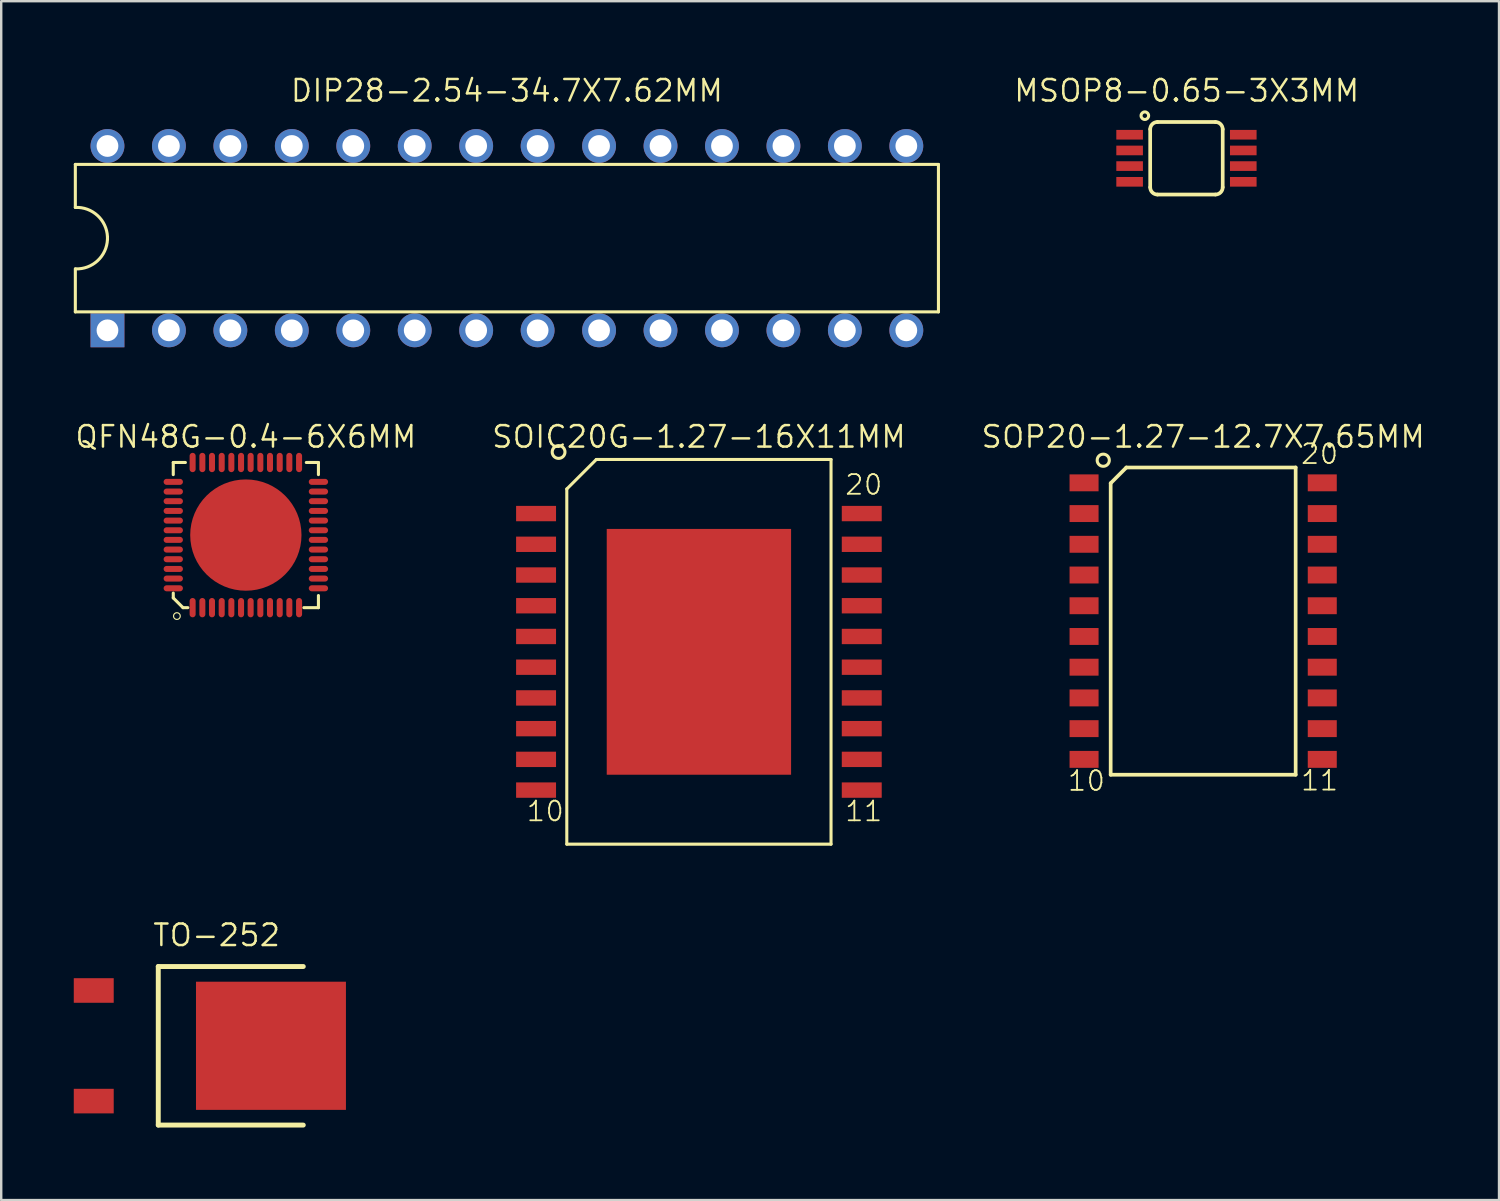
<source format=kicad_pcb>
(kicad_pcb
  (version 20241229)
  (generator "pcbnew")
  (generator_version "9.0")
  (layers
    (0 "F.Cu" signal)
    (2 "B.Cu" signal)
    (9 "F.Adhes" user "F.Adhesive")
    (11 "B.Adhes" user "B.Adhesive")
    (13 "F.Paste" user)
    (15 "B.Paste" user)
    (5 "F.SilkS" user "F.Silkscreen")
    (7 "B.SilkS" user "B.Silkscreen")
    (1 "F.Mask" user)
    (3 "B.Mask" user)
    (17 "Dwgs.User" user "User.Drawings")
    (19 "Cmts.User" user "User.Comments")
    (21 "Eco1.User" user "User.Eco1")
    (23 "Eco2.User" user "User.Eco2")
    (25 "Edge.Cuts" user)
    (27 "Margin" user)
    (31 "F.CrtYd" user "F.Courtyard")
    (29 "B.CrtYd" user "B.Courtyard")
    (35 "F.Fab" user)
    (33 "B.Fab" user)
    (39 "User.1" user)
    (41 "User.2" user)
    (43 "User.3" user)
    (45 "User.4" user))
  (footprint "SOIC20G-1.27-16X11MM"
    (layer "F.Cu")
    (at 25.839 23.893)
    (property "Reference" "SOIC20G-1.27-16X11MM" (at 0 -8.89 0) (layer "F.SilkS") (effects (font (size 0.889 0.889) (thickness 0.102))))
    (attr smd)
    (fp_line (start -5.461 -6.731) (end -5.461 7.95) (stroke (width 0.127) (type solid)) (layer "F.SilkS"))
    (fp_line (start -5.461 -6.731) (end -4.242 -7.95) (stroke (width 0.127) (type solid)) (layer "F.SilkS"))
    (fp_line (start -5.461 7.95) (end 5.461 7.95) (stroke (width 0.066) (type solid)) (layer "F.SilkS"))
    (fp_line (start -5.461 7.95) (end 5.461 7.95) (stroke (width 0.127) (type solid)) (layer "F.SilkS"))
    (fp_line (start 5.461 -7.95) (end -4.242 -7.95) (stroke (width 0.127) (type solid)) (layer "F.SilkS"))
    (fp_line (start 5.461 -7.95) (end 5.461 7.95) (stroke (width 0.127) (type solid)) (layer "F.SilkS"))
    (fp_line (start 5.461 7.95) (end 5.461 -7.95) (stroke (width 0.066) (type solid)) (layer "F.SilkS"))
    (fp_circle (center -5.8 -8.26) (end -5.64 -8.05) (stroke (width 0.127) (type solid)) (fill no) (layer "F.SilkS"))
    (fp_text user "11" (at 6.812 6.591 0) (layer "F.SilkS") (effects (font (size 0.813 0.813) (thickness 0.076))))
    (fp_text user "20" (at 6.812 -6.906 0) (layer "F.SilkS") (effects (font (size 0.813 0.813) (thickness 0.076))))
    (fp_text user "10" (at -6.35 6.591 0) (layer "F.SilkS") (effects (font (size 0.813 0.813) (thickness 0.076))))
    (pad "1" smd rect (at -6.731 -5.715) (size 1.651 0.635) (layers "F.Cu" "F.Mask" "F.Paste"))
    (pad "2" smd rect (at -6.731 -4.445) (size 1.651 0.635) (layers "F.Cu" "F.Mask" "F.Paste"))
    (pad "3" smd rect (at -6.731 -3.175) (size 1.651 0.635) (layers "F.Cu" "F.Mask" "F.Paste"))
    (pad "4" smd rect (at -6.731 -1.905) (size 1.651 0.635) (layers "F.Cu" "F.Mask" "F.Paste"))
    (pad "5" smd rect (at -6.731 -0.635) (size 1.651 0.635) (layers "F.Cu" "F.Mask" "F.Paste"))
    (pad "6" smd rect (at -6.731 0.635) (size 1.651 0.635) (layers "F.Cu" "F.Mask" "F.Paste"))
    (pad "7" smd rect (at -6.731 1.905) (size 1.651 0.635) (layers "F.Cu" "F.Mask" "F.Paste"))
    (pad "8" smd rect (at -6.731 3.175) (size 1.651 0.635) (layers "F.Cu" "F.Mask" "F.Paste"))
    (pad "9" smd rect (at -6.731 4.445) (size 1.651 0.635) (layers "F.Cu" "F.Mask" "F.Paste"))
    (pad "10" smd rect (at -6.731 5.715) (size 1.651 0.635) (layers "F.Cu" "F.Mask" "F.Paste"))
    (pad "11" smd rect (at 6.731 5.715) (size 1.651 0.635) (layers "F.Cu" "F.Mask" "F.Paste"))
    (pad "12" smd rect (at 6.731 4.445) (size 1.651 0.635) (layers "F.Cu" "F.Mask" "F.Paste"))
    (pad "13" smd rect (at 6.731 3.175) (size 1.651 0.635) (layers "F.Cu" "F.Mask" "F.Paste"))
    (pad "14" smd rect (at 6.731 1.905) (size 1.651 0.635) (layers "F.Cu" "F.Mask" "F.Paste"))
    (pad "15" smd rect (at 6.731 0.635) (size 1.651 0.635) (layers "F.Cu" "F.Mask" "F.Paste"))
    (pad "16" smd rect (at 6.731 -0.635) (size 1.651 0.635) (layers "F.Cu" "F.Mask" "F.Paste"))
    (pad "17" smd rect (at 6.731 -1.905) (size 1.651 0.635) (layers "F.Cu" "F.Mask" "F.Paste"))
    (pad "18" smd rect (at 6.731 -3.175) (size 1.651 0.635) (layers "F.Cu" "F.Mask" "F.Paste"))
    (pad "19" smd rect (at 6.731 -4.445) (size 1.651 0.635) (layers "F.Cu" "F.Mask" "F.Paste"))
    (pad "20" smd rect (at 6.731 -5.715) (size 1.651 0.635) (layers "F.Cu" "F.Mask" "F.Paste"))
    (pad "THER" smd rect (at 0 0 90) (size 10.16 7.62) (layers "F.Cu" "F.Mask" "F.Paste")))
  (footprint "DIP28-2.54-34.7X7.62MM"
    (layer "F.Cu")
    (at 17.902 6.794)
    (property "Reference" "DIP28-2.54-34.7X7.62MM" (at 0 -6.096 0) (layer "F.SilkS") (effects (font (size 0.889 0.889) (thickness 0.102))))
    (attr exclude_from_pos_files exclude_from_bom)
    (fp_line (start -17.838 -3.048) (end 17.838 -3.048) (stroke (width 0.127) (type solid)) (layer "F.SilkS"))
    (fp_line (start -17.838 -1.27) (end -17.838 -3.048) (stroke (width 0.127) (type solid)) (layer "F.SilkS"))
    (fp_line (start -17.838 3.048) (end -17.838 1.27) (stroke (width 0.127) (type solid)) (layer "F.SilkS"))
    (fp_line (start -16.51 -0.048) (end -16.51 0.048) (stroke (width 0.127) (type solid)) (layer "F.SilkS"))
    (fp_line (start 17.838 -3.048) (end 17.838 3.048) (stroke (width 0.127) (type solid)) (layer "F.SilkS"))
    (fp_line (start 17.838 3.048) (end -17.838 3.048) (stroke (width 0.127) (type solid)) (layer "F.SilkS"))
    (fp_arc (start -17.83842 -1.27) (mid -16.922231 -0.936795) (end -16.51 -0.05334) (stroke (width 0.127) (type solid)) (layer "F.SilkS"))
    (fp_arc (start -16.51 0.04826) (mid -16.918639 0.933203) (end -17.83334 1.27) (stroke (width 0.127) (type solid)) (layer "F.SilkS"))
    (pad "1" thru_hole rect (at -16.51 3.81) (size 1.4 1.4) (drill 0.899) (layers "*.Cu" "*.Mask"))
    (pad "2" thru_hole circle (at -13.97 3.81) (size 1.4 1.4) (drill 0.899) (layers "*.Cu" "*.Mask"))
    (pad "3" thru_hole circle (at -11.43 3.81) (size 1.4 1.4) (drill 0.899) (layers "*.Cu" "*.Mask"))
    (pad "4" thru_hole circle (at -8.89 3.81) (size 1.4 1.4) (drill 0.899) (layers "*.Cu" "*.Mask"))
    (pad "5" thru_hole circle (at -6.35 3.81) (size 1.4 1.4) (drill 0.899) (layers "*.Cu" "*.Mask"))
    (pad "6" thru_hole circle (at -3.81 3.81) (size 1.4 1.4) (drill 0.899) (layers "*.Cu" "*.Mask"))
    (pad "7" thru_hole circle (at -1.27 3.81) (size 1.4 1.4) (drill 0.899) (layers "*.Cu" "*.Mask"))
    (pad "8" thru_hole circle (at 1.27 3.81) (size 1.4 1.4) (drill 0.899) (layers "*.Cu" "*.Mask"))
    (pad "9" thru_hole circle (at 3.81 3.81) (size 1.4 1.4) (drill 0.899) (layers "*.Cu" "*.Mask"))
    (pad "10" thru_hole circle (at 6.35 3.81) (size 1.4 1.4) (drill 0.899) (layers "*.Cu" "*.Mask"))
    (pad "11" thru_hole circle (at 8.89 3.81) (size 1.4 1.4) (drill 0.899) (layers "*.Cu" "*.Mask"))
    (pad "12" thru_hole circle (at 11.43 3.81) (size 1.4 1.4) (drill 0.899) (layers "*.Cu" "*.Mask"))
    (pad "13" thru_hole circle (at 13.97 3.81) (size 1.4 1.4) (drill 0.899) (layers "*.Cu" "*.Mask"))
    (pad "14" thru_hole circle (at 16.51 3.81) (size 1.4 1.4) (drill 0.899) (layers "*.Cu" "*.Mask"))
    (pad "15" thru_hole circle (at 16.51 -3.81) (size 1.4 1.4) (drill 0.899) (layers "*.Cu" "*.Mask"))
    (pad "16" thru_hole circle (at 13.97 -3.81) (size 1.4 1.4) (drill 0.899) (layers "*.Cu" "*.Mask"))
    (pad "17" thru_hole circle (at 11.43 -3.81) (size 1.4 1.4) (drill 0.899) (layers "*.Cu" "*.Mask"))
    (pad "18" thru_hole circle (at 8.89 -3.81) (size 1.4 1.4) (drill 0.899) (layers "*.Cu" "*.Mask"))
    (pad "19" thru_hole circle (at 6.35 -3.81) (size 1.4 1.4) (drill 0.899) (layers "*.Cu" "*.Mask"))
    (pad "20" thru_hole circle (at 3.81 -3.81) (size 1.4 1.4) (drill 0.899) (layers "*.Cu" "*.Mask"))
    (pad "21" thru_hole circle (at 1.27 -3.81) (size 1.4 1.4) (drill 0.899) (layers "*.Cu" "*.Mask"))
    (pad "22" thru_hole circle (at -1.27 -3.81) (size 1.4 1.4) (drill 0.899) (layers "*.Cu" "*.Mask"))
    (pad "23" thru_hole circle (at -3.81 -3.81) (size 1.4 1.4) (drill 0.899) (layers "*.Cu" "*.Mask"))
    (pad "24" thru_hole circle (at -6.35 -3.81) (size 1.4 1.4) (drill 0.899) (layers "*.Cu" "*.Mask"))
    (pad "25" thru_hole circle (at -8.89 -3.81) (size 1.4 1.4) (drill 0.899) (layers "*.Cu" "*.Mask"))
    (pad "26" thru_hole circle (at -11.43 -3.81) (size 1.4 1.4) (drill 0.899) (layers "*.Cu" "*.Mask"))
    (pad "27" thru_hole circle (at -13.97 -3.81) (size 1.4 1.4) (drill 0.899) (layers "*.Cu" "*.Mask"))
    (pad "28" thru_hole circle (at -16.51 -3.81) (size 1.4 1.4) (drill 0.899) (layers "*.Cu" "*.Mask")))
  (footprint "MSOP8-0.65-3X3MM"
    (layer "F.Cu")
    (at 45.991 3.492)
    (property "Reference" "MSOP8-0.65-3X3MM" (at 0.01 -2.794 0) (layer "F.SilkS") (effects (font (size 0.889 0.889) (thickness 0.102))))
    (attr smd)
    (fp_line (start -1.499 -1.199) (end -1.499 1.199) (stroke (width 0.152) (type solid)) (layer "F.SilkS"))
    (fp_line (start -1.199 -1.499) (end 1.199 -1.499) (stroke (width 0.152) (type solid)) (layer "F.SilkS"))
    (fp_line (start -1.199 1.499) (end 1.199 1.499) (stroke (width 0.152) (type solid)) (layer "F.SilkS"))
    (fp_line (start 1.499 1.199) (end 1.499 -1.199) (stroke (width 0.152) (type solid)) (layer "F.SilkS"))
    (fp_arc (start -1.4986 -1.19888) (mid -1.410814 -1.410814) (end -1.19888 -1.4986) (stroke (width 0.1524) (type solid)) (layer "F.SilkS"))
    (fp_arc (start -1.19888 1.4986) (mid -1.410814 1.410814) (end -1.4986 1.19888) (stroke (width 0.1524) (type solid)) (layer "F.SilkS"))
    (fp_arc (start 1.19888 -1.4986) (mid 1.410814 -1.410814) (end 1.4986 -1.19888) (stroke (width 0.1524) (type solid)) (layer "F.SilkS"))
    (fp_arc (start 1.4986 1.19888) (mid 1.410814 1.410814) (end 1.19888 1.4986) (stroke (width 0.1524) (type solid)) (layer "F.SilkS"))
    (fp_circle (center -1.72 -1.76) (end -1.6 -1.66) (stroke (width 0.127) (type solid)) (fill no) (layer "F.SilkS"))
    (pad "1" smd rect (at -2.349 -0.973 270) (size 0.399 1.1) (layers "F.Cu" "F.Mask" "F.Paste"))
    (pad "2" smd rect (at -2.349 -0.323 270) (size 0.399 1.1) (layers "F.Cu" "F.Mask" "F.Paste"))
    (pad "3" smd rect (at -2.349 0.323 270) (size 0.399 1.1) (layers "F.Cu" "F.Mask" "F.Paste"))
    (pad "4" smd rect (at -2.349 0.973 270) (size 0.399 1.1) (layers "F.Cu" "F.Mask" "F.Paste"))
    (pad "5" smd rect (at 2.349 0.973 270) (size 0.399 1.1) (layers "F.Cu" "F.Mask" "F.Paste"))
    (pad "6" smd rect (at 2.349 0.323 270) (size 0.399 1.1) (layers "F.Cu" "F.Mask" "F.Paste"))
    (pad "7" smd rect (at 2.349 -0.323 270) (size 0.399 1.1) (layers "F.Cu" "F.Mask" "F.Paste"))
    (pad "8" smd rect (at 2.349 -0.973 270) (size 0.399 1.1) (layers "F.Cu" "F.Mask" "F.Paste")))
  (footprint "QFN48G-0.4-6X6MM"
    (layer "F.Cu")
    (at 7.112 19.067)
    (property "Reference" "QFN48G-0.4-6X6MM" (at 0 -4.064 0) (layer "F.SilkS") (effects (font (size 0.889 0.889) (thickness 0.102))))
    (attr smd)
    (fp_line (start -3 -3) (end -2.499 -3) (stroke (width 0.127) (type solid)) (layer "F.SilkS"))
    (fp_line (start -3 -2.499) (end -3 -3) (stroke (width 0.127) (type solid)) (layer "F.SilkS"))
    (fp_line (start -3 2.398) (end -3 2.598) (stroke (width 0.127) (type solid)) (layer "F.SilkS"))
    (fp_line (start -2.598 3) (end -3 2.598) (stroke (width 0.127) (type solid)) (layer "F.SilkS"))
    (fp_line (start -2.398 3) (end -2.598 3) (stroke (width 0.127) (type solid)) (layer "F.SilkS"))
    (fp_line (start 2.398 3) (end 3 3) (stroke (width 0.127) (type solid)) (layer "F.SilkS"))
    (fp_line (start 3 -3) (end 2.499 -3) (stroke (width 0.127) (type solid)) (layer "F.SilkS"))
    (fp_line (start 3 -2.499) (end 3 -3) (stroke (width 0.127) (type solid)) (layer "F.SilkS"))
    (fp_line (start 3 3) (end 3 2.499) (stroke (width 0.127) (type solid)) (layer "F.SilkS"))
    (fp_circle (center -2.85 3.348) (end -2.949 3.447) (stroke (width 0.048) (type solid)) (fill no) (layer "F.SilkS"))
    (pad "1" smd oval (at -2.2 3 90) (size 0.798 0.249) (layers "F.Cu" "F.Mask" "F.Paste"))
    (pad "2" smd oval (at -1.798 3 90) (size 0.798 0.249) (layers "F.Cu" "F.Mask" "F.Paste"))
    (pad "3" smd oval (at -1.4 3 90) (size 0.798 0.249) (layers "F.Cu" "F.Mask" "F.Paste"))
    (pad "4" smd oval (at -0.998 3 90) (size 0.798 0.249) (layers "F.Cu" "F.Mask" "F.Paste"))
    (pad "5" smd oval (at -0.599 3 90) (size 0.798 0.249) (layers "F.Cu" "F.Mask" "F.Paste"))
    (pad "6" smd oval (at -0.198 3 90) (size 0.798 0.249) (layers "F.Cu" "F.Mask" "F.Paste"))
    (pad "7" smd oval (at 0.198 3 90) (size 0.798 0.249) (layers "F.Cu" "F.Mask" "F.Paste"))
    (pad "8" smd oval (at 0.599 3 90) (size 0.798 0.249) (layers "F.Cu" "F.Mask" "F.Paste"))
    (pad "9" smd oval (at 0.998 3 90) (size 0.798 0.249) (layers "F.Cu" "F.Mask" "F.Paste"))
    (pad "10" smd oval (at 1.4 3 90) (size 0.798 0.249) (layers "F.Cu" "F.Mask" "F.Paste"))
    (pad "11" smd oval (at 1.798 3 90) (size 0.798 0.249) (layers "F.Cu" "F.Mask" "F.Paste"))
    (pad "12" smd oval (at 2.2 3 90) (size 0.798 0.249) (layers "F.Cu" "F.Mask" "F.Paste"))
    (pad "13" smd oval (at 3 2.2 180) (size 0.798 0.249) (layers "F.Cu" "F.Mask" "F.Paste"))
    (pad "14" smd oval (at 3 1.798 180) (size 0.798 0.249) (layers "F.Cu" "F.Mask" "F.Paste"))
    (pad "15" smd oval (at 3 1.4 180) (size 0.798 0.249) (layers "F.Cu" "F.Mask" "F.Paste"))
    (pad "16" smd oval (at 3 0.998 180) (size 0.798 0.249) (layers "F.Cu" "F.Mask" "F.Paste"))
    (pad "17" smd oval (at 3 0.599 180) (size 0.798 0.249) (layers "F.Cu" "F.Mask" "F.Paste"))
    (pad "18" smd oval (at 3 0.198 180) (size 0.798 0.249) (layers "F.Cu" "F.Mask" "F.Paste"))
    (pad "19" smd oval (at 3 -0.198 180) (size 0.798 0.249) (layers "F.Cu" "F.Mask" "F.Paste"))
    (pad "20" smd oval (at 3 -0.599 180) (size 0.798 0.249) (layers "F.Cu" "F.Mask" "F.Paste"))
    (pad "21" smd oval (at 3 -0.998 180) (size 0.798 0.249) (layers "F.Cu" "F.Mask" "F.Paste"))
    (pad "22" smd oval (at 3 -1.4 180) (size 0.798 0.249) (layers "F.Cu" "F.Mask" "F.Paste"))
    (pad "23" smd oval (at 3 -1.798 180) (size 0.798 0.249) (layers "F.Cu" "F.Mask" "F.Paste"))
    (pad "24" smd oval (at 3 -2.2 180) (size 0.798 0.249) (layers "F.Cu" "F.Mask" "F.Paste"))
    (pad "25" smd oval (at 2.2 -3 270) (size 0.798 0.249) (layers "F.Cu" "F.Mask" "F.Paste"))
    (pad "26" smd oval (at 1.798 -3 270) (size 0.798 0.249) (layers "F.Cu" "F.Mask" "F.Paste"))
    (pad "27" smd oval (at 1.4 -3 270) (size 0.798 0.249) (layers "F.Cu" "F.Mask" "F.Paste"))
    (pad "28" smd oval (at 0.998 -3 270) (size 0.798 0.249) (layers "F.Cu" "F.Mask" "F.Paste"))
    (pad "29" smd oval (at 0.599 -3 270) (size 0.798 0.249) (layers "F.Cu" "F.Mask" "F.Paste"))
    (pad "30" smd oval (at 0.198 -3 270) (size 0.798 0.249) (layers "F.Cu" "F.Mask" "F.Paste"))
    (pad "31" smd oval (at -0.198 -3 270) (size 0.798 0.249) (layers "F.Cu" "F.Mask" "F.Paste"))
    (pad "32" smd oval (at -0.599 -3 270) (size 0.798 0.249) (layers "F.Cu" "F.Mask" "F.Paste"))
    (pad "33" smd oval (at -0.998 -3 270) (size 0.798 0.249) (layers "F.Cu" "F.Mask" "F.Paste"))
    (pad "34" smd oval (at -1.4 -3 270) (size 0.798 0.249) (layers "F.Cu" "F.Mask" "F.Paste"))
    (pad "35" smd oval (at -1.798 -3 270) (size 0.798 0.249) (layers "F.Cu" "F.Mask" "F.Paste"))
    (pad "36" smd oval (at -2.2 -3 270) (size 0.798 0.249) (layers "F.Cu" "F.Mask" "F.Paste"))
    (pad "37" smd oval (at -3 -2.2) (size 0.798 0.249) (layers "F.Cu" "F.Mask" "F.Paste"))
    (pad "38" smd oval (at -3 -1.798) (size 0.798 0.249) (layers "F.Cu" "F.Mask" "F.Paste"))
    (pad "39" smd oval (at -3 -1.4) (size 0.798 0.249) (layers "F.Cu" "F.Mask" "F.Paste"))
    (pad "40" smd oval (at -3 -0.998) (size 0.798 0.249) (layers "F.Cu" "F.Mask" "F.Paste"))
    (pad "41" smd oval (at -3 -0.599) (size 0.798 0.249) (layers "F.Cu" "F.Mask" "F.Paste"))
    (pad "42" smd oval (at -3 -0.198) (size 0.798 0.249) (layers "F.Cu" "F.Mask" "F.Paste"))
    (pad "43" smd oval (at -3 0.198) (size 0.798 0.249) (layers "F.Cu" "F.Mask" "F.Paste"))
    (pad "44" smd oval (at -3 0.599) (size 0.798 0.249) (layers "F.Cu" "F.Mask" "F.Paste"))
    (pad "45" smd oval (at -3 0.998) (size 0.798 0.249) (layers "F.Cu" "F.Mask" "F.Paste"))
    (pad "46" smd oval (at -3 1.4) (size 0.798 0.249) (layers "F.Cu" "F.Mask" "F.Paste"))
    (pad "47" smd oval (at -3 1.798) (size 0.798 0.249) (layers "F.Cu" "F.Mask" "F.Paste"))
    (pad "48" smd oval (at -3 2.2) (size 0.798 0.249) (layers "F.Cu" "F.Mask" "F.Paste"))
    (pad "PAD" smd oval (at 0 0) (size 4.6 4.6) (layers "F.Cu" "F.Mask" "F.Paste")))
  (footprint "SOP20-1.27-12.7X7.65MM"
    (layer "F.Cu")
    (at 46.682 22.623)
    (property "Reference" "SOP20-1.27-12.7X7.65MM" (at 0 -7.62 0) (layer "F.SilkS") (effects (font (size 0.889 0.889) (thickness 0.102))))
    (attr smd)
    (fp_line (start -3.823 -5.7) (end -3.823 6.35) (stroke (width 0.152) (type solid)) (layer "F.SilkS"))
    (fp_line (start -3.823 6.35) (end 3.823 6.35) (stroke (width 0.066) (type solid)) (layer "F.SilkS"))
    (fp_line (start -3.823 6.35) (end 3.823 6.35) (stroke (width 0.152) (type solid)) (layer "F.SilkS"))
    (fp_line (start -3.175 -6.35) (end -3.823 -5.7) (stroke (width 0.152) (type solid)) (layer "F.SilkS"))
    (fp_line (start 3.823 -6.35) (end -3.175 -6.35) (stroke (width 0.152) (type solid)) (layer "F.SilkS"))
    (fp_line (start 3.823 -6.35) (end 3.823 6.35) (stroke (width 0.066) (type solid)) (layer "F.SilkS"))
    (fp_line (start 3.823 6.35) (end 3.823 -6.35) (stroke (width 0.152) (type solid)) (layer "F.SilkS"))
    (fp_circle (center -4.13 -6.65) (end -4.23 -6.42) (stroke (width 0.127) (type solid)) (fill no) (layer "F.SilkS"))
    (fp_text user "10" (at -4.826 6.604 0) (layer "F.SilkS") (effects (font (size 0.813 0.813) (thickness 0.076))))
    (fp_text user "20" (at 4.811 -6.906 0) (layer "F.SilkS") (effects (font (size 0.813 0.813) (thickness 0.076))))
    (fp_text user "11" (at 4.811 6.591 0) (layer "F.SilkS") (effects (font (size 0.813 0.813) (thickness 0.076))))
    (pad "1" smd rect (at -4.923 -5.715 270) (size 0.699 1.199) (layers "F.Cu" "F.Mask" "F.Paste"))
    (pad "2" smd rect (at -4.923 -4.445 270) (size 0.699 1.199) (layers "F.Cu" "F.Mask" "F.Paste"))
    (pad "3" smd rect (at -4.923 -3.175 270) (size 0.699 1.199) (layers "F.Cu" "F.Mask" "F.Paste"))
    (pad "4" smd rect (at -4.923 -1.905 270) (size 0.699 1.199) (layers "F.Cu" "F.Mask" "F.Paste"))
    (pad "5" smd rect (at -4.923 -0.635 270) (size 0.699 1.199) (layers "F.Cu" "F.Mask" "F.Paste"))
    (pad "6" smd rect (at -4.923 0.635 270) (size 0.699 1.199) (layers "F.Cu" "F.Mask" "F.Paste"))
    (pad "7" smd rect (at -4.923 1.905 270) (size 0.699 1.199) (layers "F.Cu" "F.Mask" "F.Paste"))
    (pad "8" smd rect (at -4.923 3.175 270) (size 0.699 1.199) (layers "F.Cu" "F.Mask" "F.Paste"))
    (pad "9" smd rect (at -4.923 4.445 270) (size 0.699 1.199) (layers "F.Cu" "F.Mask" "F.Paste"))
    (pad "10" smd rect (at -4.923 5.715 270) (size 0.699 1.199) (layers "F.Cu" "F.Mask" "F.Paste"))
    (pad "11" smd rect (at 4.923 5.715 270) (size 0.699 1.199) (layers "F.Cu" "F.Mask" "F.Paste"))
    (pad "12" smd rect (at 4.923 4.445 270) (size 0.699 1.199) (layers "F.Cu" "F.Mask" "F.Paste"))
    (pad "13" smd rect (at 4.923 3.175 270) (size 0.699 1.199) (layers "F.Cu" "F.Mask" "F.Paste"))
    (pad "14" smd rect (at 4.923 1.905 270) (size 0.699 1.199) (layers "F.Cu" "F.Mask" "F.Paste"))
    (pad "15" smd rect (at 4.923 0.635 270) (size 0.699 1.199) (layers "F.Cu" "F.Mask" "F.Paste"))
    (pad "16" smd rect (at 4.923 -0.635 270) (size 0.699 1.199) (layers "F.Cu" "F.Mask" "F.Paste"))
    (pad "17" smd rect (at 4.923 -1.905 270) (size 0.699 1.199) (layers "F.Cu" "F.Mask" "F.Paste"))
    (pad "18" smd rect (at 4.923 -3.175 270) (size 0.699 1.199) (layers "F.Cu" "F.Mask" "F.Paste"))
    (pad "19" smd rect (at 4.923 -4.445 270) (size 0.699 1.199) (layers "F.Cu" "F.Mask" "F.Paste"))
    (pad "20" smd rect (at 4.923 -5.715 270) (size 0.699 1.199) (layers "F.Cu" "F.Mask" "F.Paste")))
  (footprint "TO-252"
    (layer "F.Cu")
    (at 5.905 39.923)
    (property "Reference" "TO-252" (at 0 -4.318 0) (layer "F.SilkS") (effects (font (size 0.889 0.889) (thickness 0.102))))
    (attr smd)
    (fp_line (start -2.413 -3.023) (end 3.581 -3.023) (stroke (width 0.203) (type solid)) (layer "F.SilkS"))
    (fp_line (start -2.413 3.531) (end -2.413 -3.023) (stroke (width 0.203) (type solid)) (layer "F.SilkS"))
    (fp_line (start 3.581 3.531) (end -2.413 3.531) (stroke (width 0.203) (type solid)) (layer "F.SilkS"))
    (pad "1" smd rect (at -5.08 -2.032 270) (size 1.016 1.651) (layers "F.Cu" "F.Mask" "F.Paste"))
    (pad "2" smd rect (at 2.245 0.254 270) (size 5.298 6.198) (layers "F.Cu" "F.Mask" "F.Paste"))
    (pad "3" smd rect (at -5.08 2.54 270) (size 1.016 1.651) (layers "F.Cu" "F.Mask" "F.Paste")))
  (gr_rect
    (start -3 -3)
    (end 58.911 46.555)
    (stroke (width 0.1) (type default))
    (fill no)
    (layer "Edge.Cuts")))
</source>
